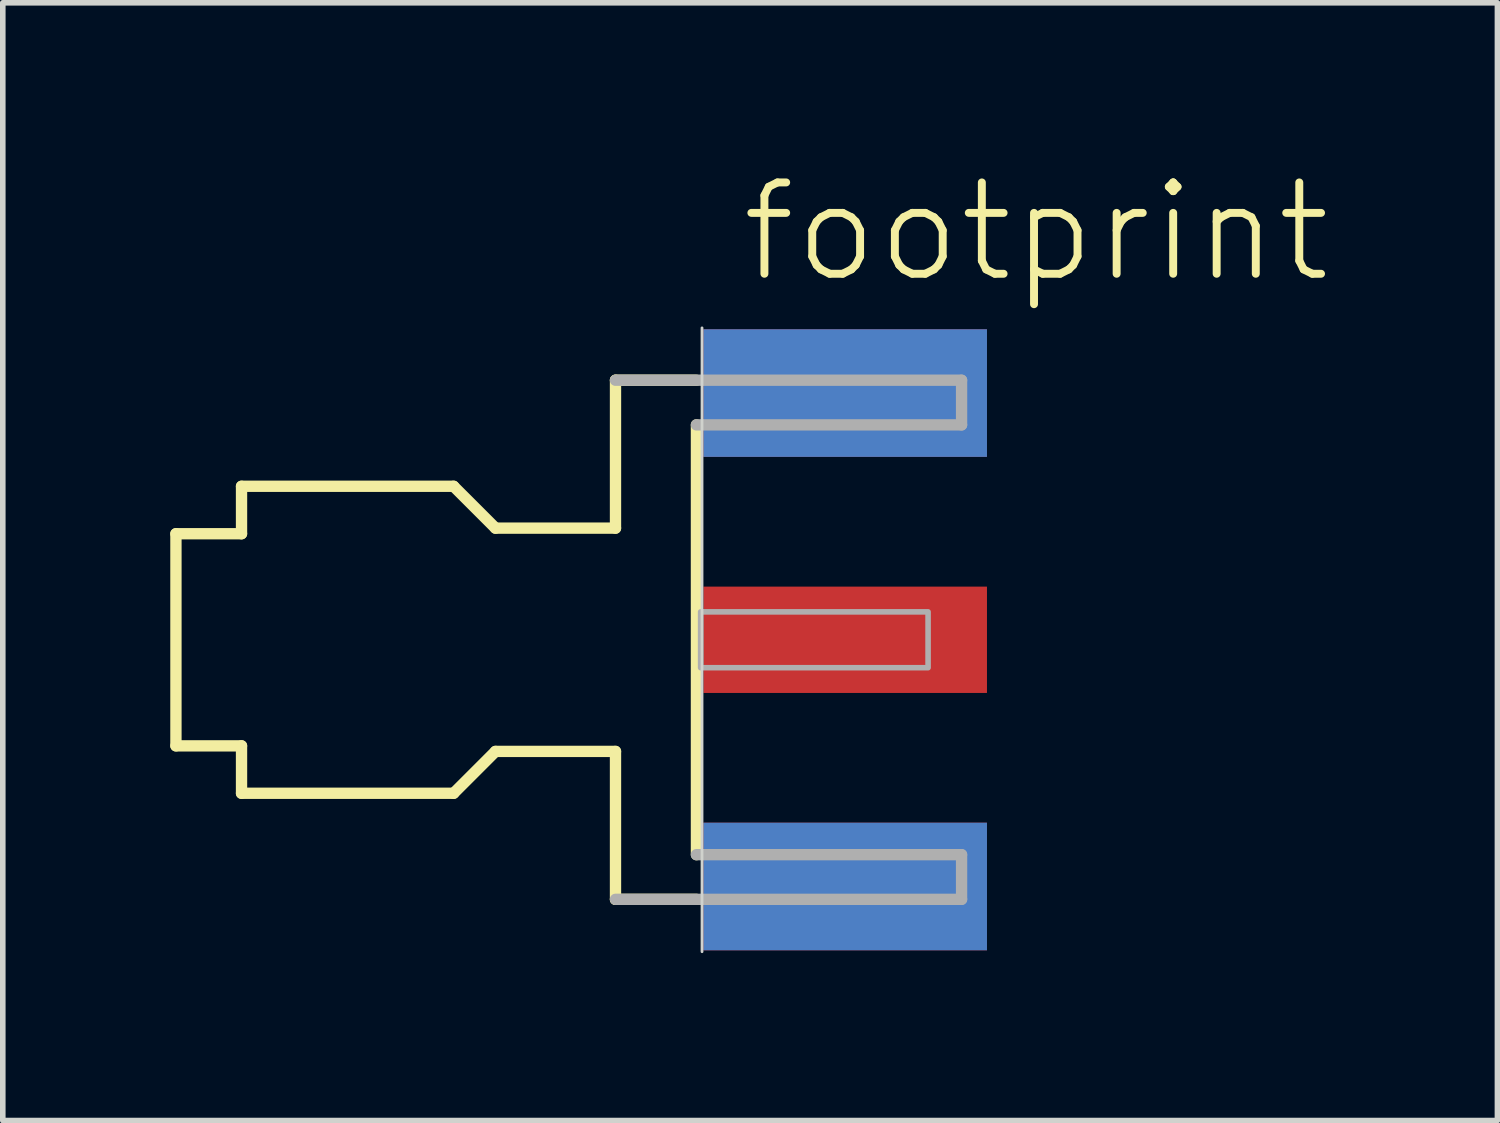
<source format=kicad_pcb>
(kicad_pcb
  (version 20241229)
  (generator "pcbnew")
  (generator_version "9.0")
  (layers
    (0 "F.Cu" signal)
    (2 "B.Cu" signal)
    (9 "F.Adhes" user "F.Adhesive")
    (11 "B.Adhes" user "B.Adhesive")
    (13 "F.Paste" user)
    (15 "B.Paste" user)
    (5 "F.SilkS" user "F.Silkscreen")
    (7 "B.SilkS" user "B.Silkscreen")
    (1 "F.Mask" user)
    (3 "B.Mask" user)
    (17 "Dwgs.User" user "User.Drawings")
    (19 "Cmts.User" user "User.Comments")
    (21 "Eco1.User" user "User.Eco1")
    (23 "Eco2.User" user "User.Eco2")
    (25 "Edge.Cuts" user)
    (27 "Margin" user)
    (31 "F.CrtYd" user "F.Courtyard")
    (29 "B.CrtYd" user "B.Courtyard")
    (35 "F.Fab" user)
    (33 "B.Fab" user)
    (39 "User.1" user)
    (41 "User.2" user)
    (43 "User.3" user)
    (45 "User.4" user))
  (footprint "footprint"
    (layer "F.Cu")
    (at 9.527 8.412)
    (property "Reference" "footprint" (at 0.635 -6.35 0) (layer "F.SilkS") (effects (font (size 1.636 1.636) (thickness 0.142)) (justify left bottom)))
    (fp_line (start -9.425 -1.9) (end -8.25 -1.9) (stroke (width 0.203) (type solid)) (layer "F.SilkS"))
    (fp_line (start -9.425 1.9) (end -9.425 -1.9) (stroke (width 0.203) (type solid)) (layer "F.SilkS"))
    (fp_line (start -8.25 -2.75) (end -4.45 -2.75) (stroke (width 0.203) (type solid)) (layer "F.SilkS"))
    (fp_line (start -8.25 -1.9) (end -8.25 -2.75) (stroke (width 0.203) (type solid)) (layer "F.SilkS"))
    (fp_line (start -8.25 1.9) (end -9.425 1.9) (stroke (width 0.203) (type solid)) (layer "F.SilkS"))
    (fp_line (start -8.25 2.75) (end -8.25 1.9) (stroke (width 0.203) (type solid)) (layer "F.SilkS"))
    (fp_line (start -4.45 -2.75) (end -3.7 -2) (stroke (width 0.203) (type solid)) (layer "F.SilkS"))
    (fp_line (start -4.45 2.75) (end -8.25 2.75) (stroke (width 0.203) (type solid)) (layer "F.SilkS"))
    (fp_line (start -3.7 -2) (end -1.55 -2) (stroke (width 0.203) (type solid)) (layer "F.SilkS"))
    (fp_line (start -3.7 2) (end -4.45 2.75) (stroke (width 0.203) (type solid)) (layer "F.SilkS"))
    (fp_line (start -1.55 -4.65) (end -0.1 -4.65) (stroke (width 0.203) (type solid)) (layer "F.SilkS"))
    (fp_line (start -1.55 -2) (end -1.55 -4.65) (stroke (width 0.203) (type solid)) (layer "F.SilkS"))
    (fp_line (start -1.55 2) (end -3.7 2) (stroke (width 0.203) (type solid)) (layer "F.SilkS"))
    (fp_line (start -1.55 4.65) (end -1.55 2) (stroke (width 0.203) (type solid)) (layer "F.SilkS"))
    (fp_line (start -0.1 3.85) (end -0.1 -3.85) (stroke (width 0.203) (type solid)) (layer "F.SilkS"))
    (fp_line (start -0.1 4.65) (end -1.55 4.65) (stroke (width 0.203) (type solid)) (layer "F.SilkS"))
    (fp_line (start 0 -5.588) (end 0 5.588) (stroke (width 0.05) (type solid)) (layer "Edge.Cuts"))
    (fp_line (start -1.55 -4.65) (end 4.65 -4.65) (stroke (width 0.203) (type solid)) (layer "F.Fab"))
    (fp_line (start -0.1 -3.85) (end 4.65 -3.85) (stroke (width 0.203) (type solid)) (layer "F.Fab"))
    (fp_line (start 4.65 -3.85) (end 4.65 -4.65) (stroke (width 0.203) (type solid)) (layer "F.Fab"))
    (fp_line (start 4.65 3.85) (end -0.1 3.85) (stroke (width 0.203) (type solid)) (layer "F.Fab"))
    (fp_line (start 4.65 4.65) (end -1.55 4.65) (stroke (width 0.203) (type solid)) (layer "F.Fab"))
    (fp_line (start 4.65 4.65) (end 4.65 3.85) (stroke (width 0.203) (type solid)) (layer "F.Fab"))
    (fp_poly (pts (xy -0.025 0.5) (xy 4.05 0.5) (xy 4.05 -0.5) (xy -0.025 -0.5)) (stroke (width 0.1) (type solid)) (fill no) (layer "F.Fab"))
    (pad "1" smd rect (at 2.565 0) (size 5.08 1.905) (layers "F.Cu" "F.Mask" "F.Paste"))
    (pad "G@1" smd rect (at 2.565 -4.42) (size 5.08 2.286) (layers "F.Cu" "F.Mask" "F.Paste"))
    (pad "G@2" smd rect (at 2.565 4.42) (size 5.08 2.286) (layers "F.Cu" "F.Mask" "F.Paste"))
    (pad "G@3" smd rect (at 2.565 -4.42) (size 5.08 2.286) (layers "B.Cu" "B.Mask" "B.Paste"))
    (pad "G@4" smd rect (at 2.565 4.42) (size 5.08 2.286) (layers "B.Cu" "B.Mask" "B.Paste")))
  (gr_rect
    (start -3 -3)
    (end 23.777 17.025)
    (stroke (width 0.1) (type default))
    (fill no)
    (layer "Edge.Cuts")))
</source>
